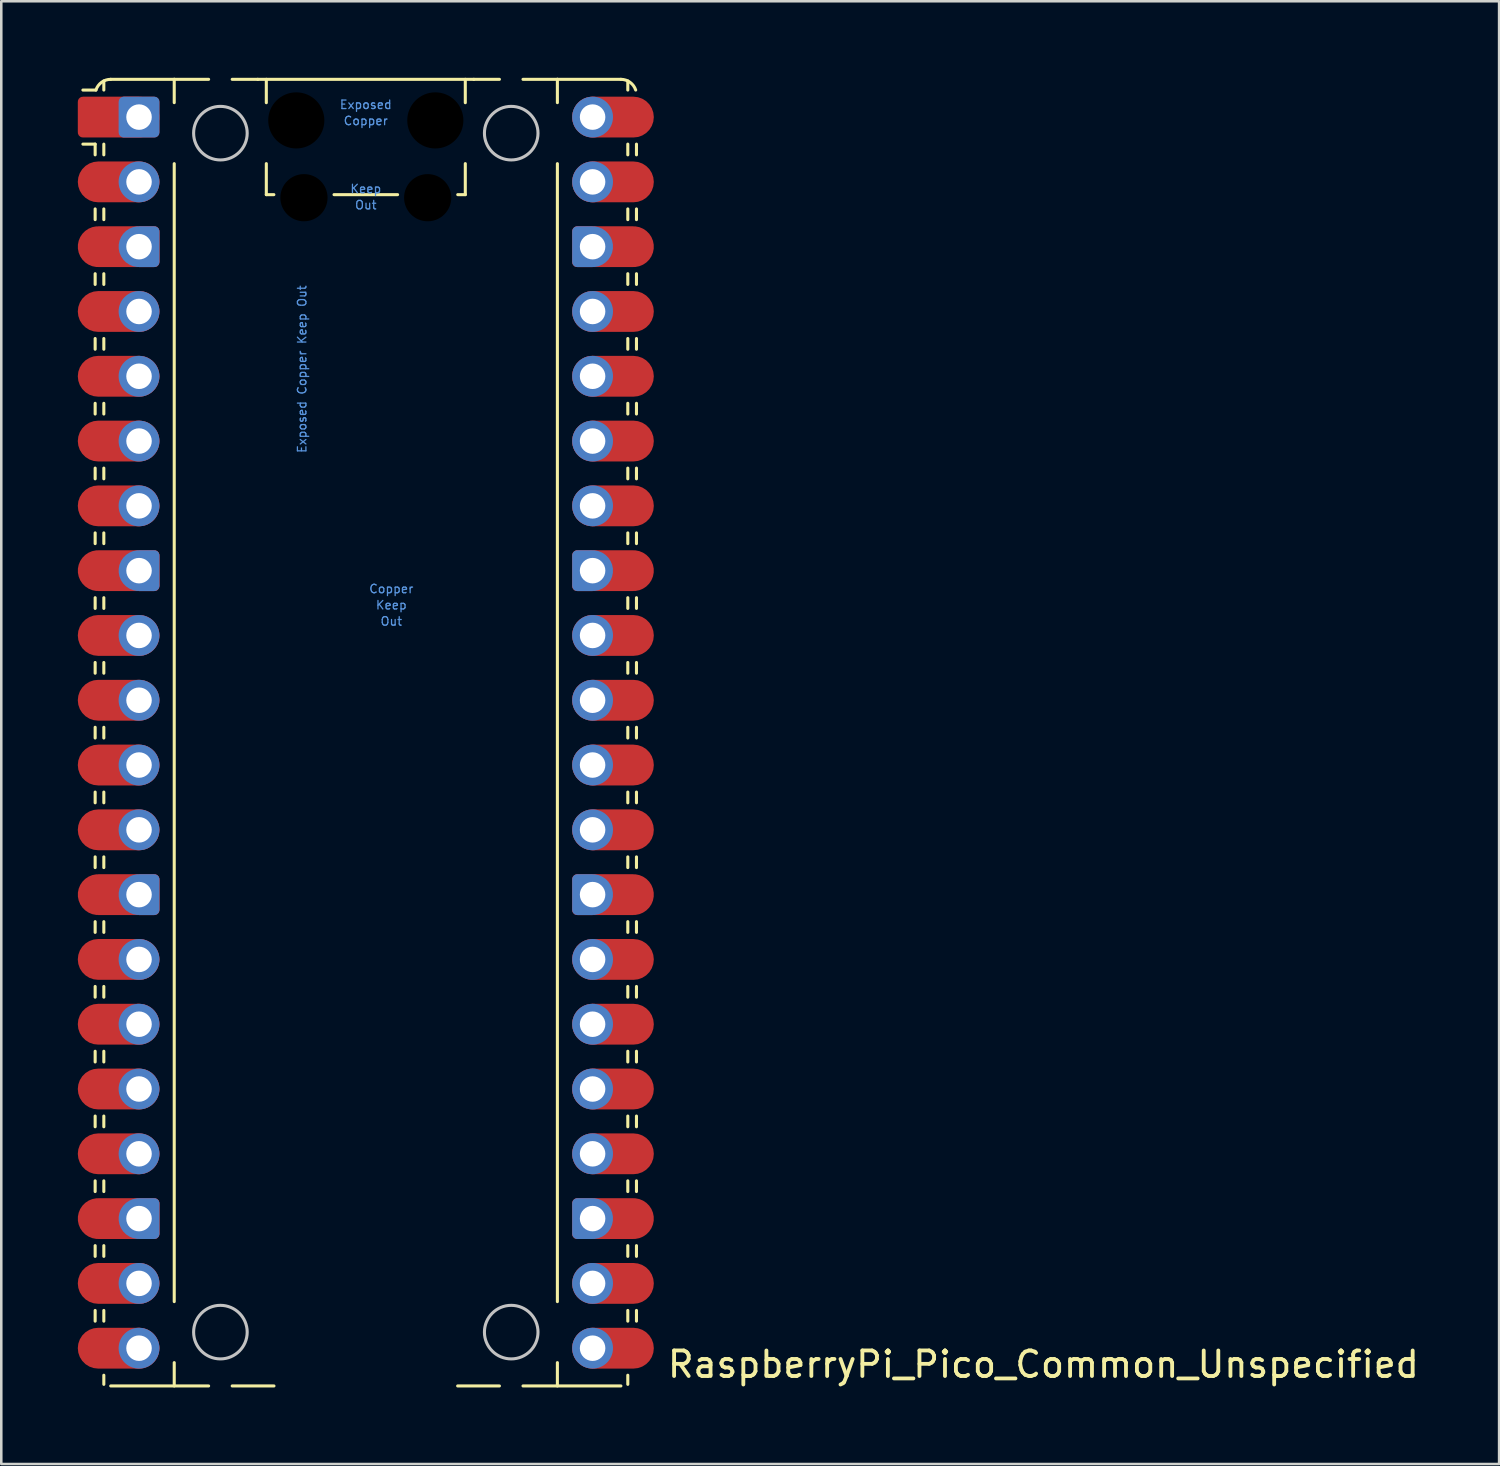
<source format=kicad_pcb>
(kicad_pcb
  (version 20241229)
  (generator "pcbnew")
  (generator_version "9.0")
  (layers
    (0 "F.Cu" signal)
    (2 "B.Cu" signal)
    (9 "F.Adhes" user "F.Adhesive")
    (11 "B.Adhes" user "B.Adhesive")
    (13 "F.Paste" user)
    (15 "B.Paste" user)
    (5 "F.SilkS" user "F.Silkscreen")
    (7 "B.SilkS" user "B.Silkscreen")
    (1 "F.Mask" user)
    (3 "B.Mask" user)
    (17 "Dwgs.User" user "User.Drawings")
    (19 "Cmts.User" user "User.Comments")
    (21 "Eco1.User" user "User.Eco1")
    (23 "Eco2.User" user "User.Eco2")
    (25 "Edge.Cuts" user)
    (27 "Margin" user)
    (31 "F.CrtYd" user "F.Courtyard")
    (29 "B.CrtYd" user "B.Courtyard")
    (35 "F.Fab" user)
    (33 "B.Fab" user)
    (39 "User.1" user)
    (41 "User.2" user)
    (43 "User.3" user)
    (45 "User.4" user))
  (footprint "RaspberryPi_Pico_Common_Unspecified"
    (layer "F.Cu")
    (at 11.29 25.67)
    (property "Reference" "RaspberryPi_Pico_Common_Unspecified" (at 11.748 24.765 0) (unlocked yes) (layer "F.SilkS") (effects (font (size 1 1) (thickness 0.15)) (justify left)))
    (attr through_hole)
    (fp_line (start -10.61 -23.07) (end -11.09 -23.07) (stroke (width 0.12) (type solid)) (layer "F.SilkS"))
    (fp_line (start -10.61 -23.07) (end -10.61 -22.65) (stroke (width 0.12) (type solid)) (layer "F.SilkS"))
    (fp_line (start -10.61 -20.53) (end -10.61 -20.11) (stroke (width 0.12) (type solid)) (layer "F.SilkS"))
    (fp_line (start -10.61 -17.99) (end -10.61 -17.57) (stroke (width 0.12) (type solid)) (layer "F.SilkS"))
    (fp_line (start -10.61 -15.45) (end -10.61 -15.03) (stroke (width 0.12) (type solid)) (layer "F.SilkS"))
    (fp_line (start -10.61 -12.91) (end -10.61 -12.49) (stroke (width 0.12) (type solid)) (layer "F.SilkS"))
    (fp_line (start -10.61 -10.37) (end -10.61 -9.95) (stroke (width 0.12) (type solid)) (layer "F.SilkS"))
    (fp_line (start -10.61 -7.83) (end -10.61 -7.41) (stroke (width 0.12) (type solid)) (layer "F.SilkS"))
    (fp_line (start -10.61 -5.29) (end -10.61 -4.87) (stroke (width 0.12) (type solid)) (layer "F.SilkS"))
    (fp_line (start -10.61 -2.75) (end -10.61 -2.33) (stroke (width 0.12) (type solid)) (layer "F.SilkS"))
    (fp_line (start -10.61 -0.21) (end -10.61 0.21) (stroke (width 0.12) (type solid)) (layer "F.SilkS"))
    (fp_line (start -10.61 2.33) (end -10.61 2.75) (stroke (width 0.12) (type solid)) (layer "F.SilkS"))
    (fp_line (start -10.61 4.87) (end -10.61 5.29) (stroke (width 0.12) (type solid)) (layer "F.SilkS"))
    (fp_line (start -10.61 7.41) (end -10.61 7.83) (stroke (width 0.12) (type solid)) (layer "F.SilkS"))
    (fp_line (start -10.61 9.95) (end -10.61 10.37) (stroke (width 0.12) (type solid)) (layer "F.SilkS"))
    (fp_line (start -10.61 12.49) (end -10.61 12.91) (stroke (width 0.12) (type solid)) (layer "F.SilkS"))
    (fp_line (start -10.61 15.03) (end -10.61 15.45) (stroke (width 0.12) (type solid)) (layer "F.SilkS"))
    (fp_line (start -10.61 17.57) (end -10.61 17.99) (stroke (width 0.12) (type solid)) (layer "F.SilkS"))
    (fp_line (start -10.61 20.11) (end -10.61 20.53) (stroke (width 0.12) (type solid)) (layer "F.SilkS"))
    (fp_line (start -10.61 22.65) (end -10.61 23.07) (stroke (width 0.12) (type solid)) (layer "F.SilkS"))
    (fp_line (start -10.58 -25.19) (end -11.09 -25.19) (stroke (width 0.12) (type solid)) (layer "F.SilkS"))
    (fp_line (start -10.27 -25.19) (end -10.27 -25.547) (stroke (width 0.12) (type solid)) (layer "F.SilkS"))
    (fp_line (start -10.27 -23.07) (end -10.27 -22.65) (stroke (width 0.12) (type solid)) (layer "F.SilkS"))
    (fp_line (start -10.27 -20.53) (end -10.27 -20.11) (stroke (width 0.12) (type solid)) (layer "F.SilkS"))
    (fp_line (start -10.27 -17.99) (end -10.27 -17.57) (stroke (width 0.12) (type solid)) (layer "F.SilkS"))
    (fp_line (start -10.27 -15.45) (end -10.27 -15.03) (stroke (width 0.12) (type solid)) (layer "F.SilkS"))
    (fp_line (start -10.27 -12.91) (end -10.27 -12.49) (stroke (width 0.12) (type solid)) (layer "F.SilkS"))
    (fp_line (start -10.27 -10.37) (end -10.27 -9.95) (stroke (width 0.12) (type solid)) (layer "F.SilkS"))
    (fp_line (start -10.27 -7.83) (end -10.27 -7.41) (stroke (width 0.12) (type solid)) (layer "F.SilkS"))
    (fp_line (start -10.27 -5.29) (end -10.27 -4.87) (stroke (width 0.12) (type solid)) (layer "F.SilkS"))
    (fp_line (start -10.27 -2.75) (end -10.27 -2.33) (stroke (width 0.12) (type solid)) (layer "F.SilkS"))
    (fp_line (start -10.27 -0.21) (end -10.27 0.21) (stroke (width 0.12) (type solid)) (layer "F.SilkS"))
    (fp_line (start -10.27 2.33) (end -10.27 2.75) (stroke (width 0.12) (type solid)) (layer "F.SilkS"))
    (fp_line (start -10.27 4.87) (end -10.27 5.29) (stroke (width 0.12) (type solid)) (layer "F.SilkS"))
    (fp_line (start -10.27 7.41) (end -10.27 7.83) (stroke (width 0.12) (type solid)) (layer "F.SilkS"))
    (fp_line (start -10.27 9.95) (end -10.27 10.37) (stroke (width 0.12) (type solid)) (layer "F.SilkS"))
    (fp_line (start -10.27 12.49) (end -10.27 12.91) (stroke (width 0.12) (type solid)) (layer "F.SilkS"))
    (fp_line (start -10.27 15.03) (end -10.27 15.45) (stroke (width 0.12) (type solid)) (layer "F.SilkS"))
    (fp_line (start -10.27 17.57) (end -10.27 17.99) (stroke (width 0.12) (type solid)) (layer "F.SilkS"))
    (fp_line (start -10.27 20.11) (end -10.27 20.53) (stroke (width 0.12) (type solid)) (layer "F.SilkS"))
    (fp_line (start -10.27 22.65) (end -10.27 23.07) (stroke (width 0.12) (type solid)) (layer "F.SilkS"))
    (fp_line (start -10.27 25.19) (end -10.27 25.547) (stroke (width 0.12) (type solid)) (layer "F.SilkS"))
    (fp_line (start -10 -25.61) (end -7.51 -25.61) (stroke (width 0.12) (type solid)) (layer "F.SilkS"))
    (fp_line (start -10 25.61) (end -6.162 25.61) (stroke (width 0.12) (type solid)) (layer "F.SilkS"))
    (fp_line (start -7.51 -25.61) (end -7.51 -24.696) (stroke (width 0.12) (type solid)) (layer "F.SilkS"))
    (fp_line (start -7.51 -25.61) (end -6.162 -25.61) (stroke (width 0.12) (type solid)) (layer "F.SilkS"))
    (fp_line (start -7.51 -22.304) (end -7.51 22.304) (stroke (width 0.12) (type solid)) (layer "F.SilkS"))
    (fp_line (start -7.51 24.696) (end -7.51 25.61) (stroke (width 0.12) (type solid)) (layer "F.SilkS"))
    (fp_line (start -5.238 -25.61) (end -4.235 -25.61) (stroke (width 0.12) (type solid)) (layer "F.SilkS"))
    (fp_line (start -4.235 -25.61) (end 4.235 -25.61) (stroke (width 0.12) (type solid)) (layer "F.SilkS"))
    (fp_line (start -3.9 -25.61) (end -3.9 -24.694) (stroke (width 0.12) (type solid)) (layer "F.SilkS"))
    (fp_line (start -3.9 -22.306) (end -3.9 -21.09) (stroke (width 0.12) (type solid)) (layer "F.SilkS"))
    (fp_line (start -3.9 -21.09) (end -3.604 -21.09) (stroke (width 0.12) (type solid)) (layer "F.SilkS"))
    (fp_line (start -3.6 25.61) (end -5.238 25.61) (stroke (width 0.12) (type solid)) (layer "F.SilkS"))
    (fp_line (start -1.246 -21.09) (end 1.246 -21.09) (stroke (width 0.12) (type solid)) (layer "F.SilkS"))
    (fp_line (start 3.604 -21.09) (end 3.9 -21.09) (stroke (width 0.12) (type solid)) (layer "F.SilkS"))
    (fp_line (start 3.9 -25.61) (end 3.9 -24.694) (stroke (width 0.12) (type solid)) (layer "F.SilkS"))
    (fp_line (start 3.9 -22.306) (end 3.9 -21.09) (stroke (width 0.12) (type solid)) (layer "F.SilkS"))
    (fp_line (start 4.235 -25.61) (end 5.238 -25.61) (stroke (width 0.12) (type solid)) (layer "F.SilkS"))
    (fp_line (start 5.238 25.61) (end 3.6 25.61) (stroke (width 0.12) (type solid)) (layer "F.SilkS"))
    (fp_line (start 6.162 -25.61) (end 7.51 -25.61) (stroke (width 0.12) (type solid)) (layer "F.SilkS"))
    (fp_line (start 6.162 25.61) (end 10 25.61) (stroke (width 0.12) (type solid)) (layer "F.SilkS"))
    (fp_line (start 7.51 -25.61) (end 7.51 -24.696) (stroke (width 0.12) (type solid)) (layer "F.SilkS"))
    (fp_line (start 7.51 -22.304) (end 7.51 22.304) (stroke (width 0.12) (type solid)) (layer "F.SilkS"))
    (fp_line (start 7.51 24.696) (end 7.51 25.61) (stroke (width 0.12) (type solid)) (layer "F.SilkS"))
    (fp_line (start 10 -25.61) (end 7.51 -25.61) (stroke (width 0.12) (type solid)) (layer "F.SilkS"))
    (fp_line (start 10.27 -25.19) (end 10.27 -25.547) (stroke (width 0.12) (type solid)) (layer "F.SilkS"))
    (fp_line (start 10.27 -23.07) (end 10.27 -22.65) (stroke (width 0.12) (type solid)) (layer "F.SilkS"))
    (fp_line (start 10.27 -20.53) (end 10.27 -20.11) (stroke (width 0.12) (type solid)) (layer "F.SilkS"))
    (fp_line (start 10.27 -17.99) (end 10.27 -17.57) (stroke (width 0.12) (type solid)) (layer "F.SilkS"))
    (fp_line (start 10.27 -15.45) (end 10.27 -15.03) (stroke (width 0.12) (type solid)) (layer "F.SilkS"))
    (fp_line (start 10.27 -12.91) (end 10.27 -12.49) (stroke (width 0.12) (type solid)) (layer "F.SilkS"))
    (fp_line (start 10.27 -10.37) (end 10.27 -9.95) (stroke (width 0.12) (type solid)) (layer "F.SilkS"))
    (fp_line (start 10.27 -7.83) (end 10.27 -7.41) (stroke (width 0.12) (type solid)) (layer "F.SilkS"))
    (fp_line (start 10.27 -5.29) (end 10.27 -4.87) (stroke (width 0.12) (type solid)) (layer "F.SilkS"))
    (fp_line (start 10.27 -2.75) (end 10.27 -2.33) (stroke (width 0.12) (type solid)) (layer "F.SilkS"))
    (fp_line (start 10.27 -0.21) (end 10.27 0.21) (stroke (width 0.12) (type solid)) (layer "F.SilkS"))
    (fp_line (start 10.27 2.33) (end 10.27 2.75) (stroke (width 0.12) (type solid)) (layer "F.SilkS"))
    (fp_line (start 10.27 4.87) (end 10.27 5.29) (stroke (width 0.12) (type solid)) (layer "F.SilkS"))
    (fp_line (start 10.27 7.41) (end 10.27 7.83) (stroke (width 0.12) (type solid)) (layer "F.SilkS"))
    (fp_line (start 10.27 9.95) (end 10.27 10.37) (stroke (width 0.12) (type solid)) (layer "F.SilkS"))
    (fp_line (start 10.27 12.49) (end 10.27 12.91) (stroke (width 0.12) (type solid)) (layer "F.SilkS"))
    (fp_line (start 10.27 15.03) (end 10.27 15.45) (stroke (width 0.12) (type solid)) (layer "F.SilkS"))
    (fp_line (start 10.27 17.57) (end 10.27 17.99) (stroke (width 0.12) (type solid)) (layer "F.SilkS"))
    (fp_line (start 10.27 20.11) (end 10.27 20.53) (stroke (width 0.12) (type solid)) (layer "F.SilkS"))
    (fp_line (start 10.27 22.65) (end 10.27 23.07) (stroke (width 0.12) (type solid)) (layer "F.SilkS"))
    (fp_line (start 10.27 25.19) (end 10.27 25.547) (stroke (width 0.12) (type solid)) (layer "F.SilkS"))
    (fp_line (start 10.61 -23.07) (end 10.61 -22.65) (stroke (width 0.12) (type solid)) (layer "F.SilkS"))
    (fp_line (start 10.61 -20.53) (end 10.61 -20.11) (stroke (width 0.12) (type solid)) (layer "F.SilkS"))
    (fp_line (start 10.61 -17.99) (end 10.61 -17.57) (stroke (width 0.12) (type solid)) (layer "F.SilkS"))
    (fp_line (start 10.61 -15.45) (end 10.61 -15.03) (stroke (width 0.12) (type solid)) (layer "F.SilkS"))
    (fp_line (start 10.61 -12.91) (end 10.61 -12.49) (stroke (width 0.12) (type solid)) (layer "F.SilkS"))
    (fp_line (start 10.61 -10.37) (end 10.61 -9.95) (stroke (width 0.12) (type solid)) (layer "F.SilkS"))
    (fp_line (start 10.61 -7.83) (end 10.61 -7.41) (stroke (width 0.12) (type solid)) (layer "F.SilkS"))
    (fp_line (start 10.61 -5.29) (end 10.61 -4.87) (stroke (width 0.12) (type solid)) (layer "F.SilkS"))
    (fp_line (start 10.61 -2.75) (end 10.61 -2.33) (stroke (width 0.12) (type solid)) (layer "F.SilkS"))
    (fp_line (start 10.61 -0.21) (end 10.61 0.21) (stroke (width 0.12) (type solid)) (layer "F.SilkS"))
    (fp_line (start 10.61 2.33) (end 10.61 2.75) (stroke (width 0.12) (type solid)) (layer "F.SilkS"))
    (fp_line (start 10.61 4.87) (end 10.61 5.29) (stroke (width 0.12) (type solid)) (layer "F.SilkS"))
    (fp_line (start 10.61 7.41) (end 10.61 7.83) (stroke (width 0.12) (type solid)) (layer "F.SilkS"))
    (fp_line (start 10.61 9.95) (end 10.61 10.37) (stroke (width 0.12) (type solid)) (layer "F.SilkS"))
    (fp_line (start 10.61 12.49) (end 10.61 12.91) (stroke (width 0.12) (type solid)) (layer "F.SilkS"))
    (fp_line (start 10.61 15.03) (end 10.61 15.45) (stroke (width 0.12) (type solid)) (layer "F.SilkS"))
    (fp_line (start 10.61 17.57) (end 10.61 17.99) (stroke (width 0.12) (type solid)) (layer "F.SilkS"))
    (fp_line (start 10.61 20.11) (end 10.61 20.53) (stroke (width 0.12) (type solid)) (layer "F.SilkS"))
    (fp_line (start 10.61 22.65) (end 10.61 23.07) (stroke (width 0.12) (type solid)) (layer "F.SilkS"))
    (fp_arc (start -10.579676 -25.19) (mid -10.357938 -25.493944) (end -10 -25.61) (stroke (width 0.12) (type solid)) (layer "F.SilkS"))
    (fp_arc (start 10 -25.61) (mid 10.357937 -25.493944) (end 10.579676 -25.189937) (stroke (width 0.12) (type solid)) (layer "F.SilkS"))
    (fp_circle (center -5.7 -23.5) (end -4.65 -23.5) (stroke (width 0.12) (type solid)) (fill no) (layer "Dwgs.User"))
    (fp_circle (center -5.7 23.5) (end -4.65 23.5) (stroke (width 0.12) (type solid)) (fill no) (layer "Dwgs.User"))
    (fp_circle (center 5.7 -23.5) (end 6.75 -23.5) (stroke (width 0.12) (type solid)) (fill no) (layer "Dwgs.User"))
    (fp_circle (center 5.7 23.5) (end 6.75 23.5) (stroke (width 0.12) (type solid)) (fill no) (layer "Dwgs.User"))
    (fp_text user "Keep" (at 0 -21.317 0) (unlocked yes) (layer "Cmts.User") (effects (font (size 0.333 0.333) (thickness 0.05))))
    (fp_text user "Copper" (at 1 -5.635 0) (unlocked yes) (layer "Cmts.User") (effects (font (size 0.333 0.333) (thickness 0.05))))
    (fp_text user "Out" (at 0 -20.683 0) (unlocked yes) (layer "Cmts.User") (effects (font (size 0.333 0.333) (thickness 0.05))))
    (fp_text user "Out" (at 1 -4.365 0) (unlocked yes) (layer "Cmts.User") (effects (font (size 0.333 0.333) (thickness 0.05))))
    (fp_text user "Exposed" (at 0 -24.617 0) (unlocked yes) (layer "Cmts.User") (effects (font (size 0.333 0.333) (thickness 0.05))))
    (fp_text user "Copper" (at 0 -23.983 0) (unlocked yes) (layer "Cmts.User") (effects (font (size 0.333 0.333) (thickness 0.05))))
    (fp_text user "Exposed Copper Keep Out" (at -2.5 -14.25 90) (unlocked yes) (layer "Cmts.User") (effects (font (size 0.333 0.333) (thickness 0.05))))
    (fp_text user "Keep" (at 1 -5 0) (unlocked yes) (layer "Cmts.User") (effects (font (size 0.333 0.333) (thickness 0.05))))
    (pad "" np_thru_hole circle (at -2.725 -24) (size 2.2 2.2) (drill 2.2) (layers "*.Mask"))
    (pad "" np_thru_hole circle (at -2.425 -20.97) (size 1.85 1.85) (drill 1.85) (layers "*.Mask"))
    (pad "" np_thru_hole circle (at 2.425 -20.97) (size 1.85 1.85) (drill 1.85) (layers "*.Mask"))
    (pad "" np_thru_hole circle (at 2.725 -24) (size 2.2 2.2) (drill 2.2) (layers "*.Mask"))
    (pad "1" smd custom (at -9.69 -24.13) (size 1.6 0.8) (layers "F.Cu" "F.Mask") (options (anchor rect)) (primitives (gr_circle (center 0.8 0) (end 1.6 0) (width 0) (fill yes)) (gr_poly (pts (xy -1.6 -0.6) (xy -1.6 0.6) (xy -1.4 0.8) (xy 0.8 0.8) (xy 0.8 -0.8) (xy -1.4 -0.8)) (width 0) (fill yes)) (gr_circle (center -1.4 -0.6) (end -1.2 -0.6) (width 0) (fill yes)) (gr_circle (center -1.4 0.6) (end -1.2 0.6) (width 0) (fill yes))))
    (pad "1" thru_hole roundrect (at -8.89 -24.13) (size 1.6 1.6) (drill 1) (layers "*.Cu" "*.Mask") (roundrect_rratio 0.125))
    (pad "2" smd roundrect (at -9.69 -21.59) (size 3.2 1.6) (layers "F.Cu" "F.Mask") (roundrect_rratio 0.5))
    (pad "2" thru_hole circle (at -8.89 -21.59) (size 1.6 1.6) (drill 1) (layers "*.Cu" "*.Mask"))
    (pad "3" smd custom (at -9.69 -19.05) (size 1.6 0.8) (layers "F.Cu" "F.Mask") (options (anchor rect)) (primitives (gr_circle (center -0.8 0) (end 0 0) (width 0) (fill yes)) (gr_poly (pts (xy 1.6 -0.6) (xy 1.6 0.6) (xy 1.4 0.8) (xy -0.8 0.8) (xy -0.8 -0.8) (xy 1.4 -0.8)) (width 0) (fill yes)) (gr_circle (center 1.4 -0.6) (end 1.6 -0.6) (width 0) (fill yes)) (gr_circle (center 1.4 0.6) (end 1.6 0.6) (width 0) (fill yes))))
    (pad "3" thru_hole custom (at -8.89 -19.05) (size 1.6 1.6) (drill 1) (layers "*.Cu" "*.Mask") (options (anchor circle)) (primitives (gr_poly (pts (xy 0.8 0.6) (xy 0.8 -0.6) (xy 0.6 -0.8) (xy 0 -0.8) (xy 0 0.8) (xy 0.6 0.8)) (width 0) (fill yes)) (gr_circle (center 0.6 0.6) (end 0.8 0.6) (width 0) (fill yes)) (gr_circle (center 0.6 -0.6) (end 0.8 -0.6) (width 0) (fill yes))))
    (pad "4" smd roundrect (at -9.69 -16.51) (size 3.2 1.6) (layers "F.Cu" "F.Mask") (roundrect_rratio 0.5))
    (pad "4" thru_hole circle (at -8.89 -16.51) (size 1.6 1.6) (drill 1) (layers "*.Cu" "*.Mask"))
    (pad "5" smd roundrect (at -9.69 -13.97) (size 3.2 1.6) (layers "F.Cu" "F.Mask") (roundrect_rratio 0.5))
    (pad "5" thru_hole circle (at -8.89 -13.97) (size 1.6 1.6) (drill 1) (layers "*.Cu" "*.Mask"))
    (pad "6" smd roundrect (at -9.69 -11.43) (size 3.2 1.6) (layers "F.Cu" "F.Mask") (roundrect_rratio 0.5))
    (pad "6" thru_hole circle (at -8.89 -11.43) (size 1.6 1.6) (drill 1) (layers "*.Cu" "*.Mask"))
    (pad "7" smd roundrect (at -9.69 -8.89) (size 3.2 1.6) (layers "F.Cu" "F.Mask") (roundrect_rratio 0.5))
    (pad "7" thru_hole circle (at -8.89 -8.89) (size 1.6 1.6) (drill 1) (layers "*.Cu" "*.Mask"))
    (pad "8" smd custom (at -9.69 -6.35) (size 1.6 0.8) (layers "F.Cu" "F.Mask") (options (anchor rect)) (primitives (gr_circle (center -0.8 0) (end 0 0) (width 0) (fill yes)) (gr_poly (pts (xy 1.6 -0.6) (xy 1.6 0.6) (xy 1.4 0.8) (xy -0.8 0.8) (xy -0.8 -0.8) (xy 1.4 -0.8)) (width 0) (fill yes)) (gr_circle (center 1.4 -0.6) (end 1.6 -0.6) (width 0) (fill yes)) (gr_circle (center 1.4 0.6) (end 1.6 0.6) (width 0) (fill yes))))
    (pad "8" thru_hole custom (at -8.89 -6.35) (size 1.6 1.6) (drill 1) (layers "*.Cu" "*.Mask") (options (anchor circle)) (primitives (gr_poly (pts (xy 0.8 0.6) (xy 0.8 -0.6) (xy 0.6 -0.8) (xy 0 -0.8) (xy 0 0.8) (xy 0.6 0.8)) (width 0) (fill yes)) (gr_circle (center 0.6 0.6) (end 0.8 0.6) (width 0) (fill yes)) (gr_circle (center 0.6 -0.6) (end 0.8 -0.6) (width 0) (fill yes))))
    (pad "9" smd roundrect (at -9.69 -3.81) (size 3.2 1.6) (layers "F.Cu" "F.Mask") (roundrect_rratio 0.5))
    (pad "9" thru_hole circle (at -8.89 -3.81) (size 1.6 1.6) (drill 1) (layers "*.Cu" "*.Mask"))
    (pad "10" smd roundrect (at -9.69 -1.27) (size 3.2 1.6) (layers "F.Cu" "F.Mask") (roundrect_rratio 0.5))
    (pad "10" thru_hole circle (at -8.89 -1.27) (size 1.6 1.6) (drill 1) (layers "*.Cu" "*.Mask"))
    (pad "11" smd roundrect (at -9.69 1.27) (size 3.2 1.6) (layers "F.Cu" "F.Mask") (roundrect_rratio 0.5))
    (pad "11" thru_hole circle (at -8.89 1.27) (size 1.6 1.6) (drill 1) (layers "*.Cu" "*.Mask"))
    (pad "12" smd roundrect (at -9.69 3.81) (size 3.2 1.6) (layers "F.Cu" "F.Mask") (roundrect_rratio 0.5))
    (pad "12" thru_hole circle (at -8.89 3.81) (size 1.6 1.6) (drill 1) (layers "*.Cu" "*.Mask"))
    (pad "13" smd custom (at -9.69 6.35) (size 1.6 0.8) (layers "F.Cu" "F.Mask") (options (anchor rect)) (primitives (gr_circle (center -0.8 0) (end 0 0) (width 0) (fill yes)) (gr_poly (pts (xy 1.6 -0.6) (xy 1.6 0.6) (xy 1.4 0.8) (xy -0.8 0.8) (xy -0.8 -0.8) (xy 1.4 -0.8)) (width 0) (fill yes)) (gr_circle (center 1.4 -0.6) (end 1.6 -0.6) (width 0) (fill yes)) (gr_circle (center 1.4 0.6) (end 1.6 0.6) (width 0) (fill yes))))
    (pad "13" thru_hole custom (at -8.89 6.35) (size 1.6 1.6) (drill 1) (layers "*.Cu" "*.Mask") (options (anchor circle)) (primitives (gr_poly (pts (xy 0.8 0.6) (xy 0.8 -0.6) (xy 0.6 -0.8) (xy 0 -0.8) (xy 0 0.8) (xy 0.6 0.8)) (width 0) (fill yes)) (gr_circle (center 0.6 0.6) (end 0.8 0.6) (width 0) (fill yes)) (gr_circle (center 0.6 -0.6) (end 0.8 -0.6) (width 0) (fill yes))))
    (pad "14" smd roundrect (at -9.69 8.89) (size 3.2 1.6) (layers "F.Cu" "F.Mask") (roundrect_rratio 0.5))
    (pad "14" thru_hole circle (at -8.89 8.89) (size 1.6 1.6) (drill 1) (layers "*.Cu" "*.Mask"))
    (pad "15" smd roundrect (at -9.69 11.43) (size 3.2 1.6) (layers "F.Cu" "F.Mask") (roundrect_rratio 0.5))
    (pad "15" thru_hole circle (at -8.89 11.43) (size 1.6 1.6) (drill 1) (layers "*.Cu" "*.Mask"))
    (pad "16" smd roundrect (at -9.69 13.97) (size 3.2 1.6) (layers "F.Cu" "F.Mask") (roundrect_rratio 0.5))
    (pad "16" thru_hole circle (at -8.89 13.97) (size 1.6 1.6) (drill 1) (layers "*.Cu" "*.Mask"))
    (pad "17" smd roundrect (at -9.69 16.51) (size 3.2 1.6) (layers "F.Cu" "F.Mask") (roundrect_rratio 0.5))
    (pad "17" thru_hole circle (at -8.89 16.51) (size 1.6 1.6) (drill 1) (layers "*.Cu" "*.Mask"))
    (pad "18" smd custom (at -9.69 19.05) (size 1.6 0.8) (layers "F.Cu" "F.Mask") (options (anchor rect)) (primitives (gr_circle (center -0.8 0) (end 0 0) (width 0) (fill yes)) (gr_poly (pts (xy 1.6 -0.6) (xy 1.6 0.6) (xy 1.4 0.8) (xy -0.8 0.8) (xy -0.8 -0.8) (xy 1.4 -0.8)) (width 0) (fill yes)) (gr_circle (center 1.4 -0.6) (end 1.6 -0.6) (width 0) (fill yes)) (gr_circle (center 1.4 0.6) (end 1.6 0.6) (width 0) (fill yes))))
    (pad "18" thru_hole custom (at -8.89 19.05) (size 1.6 1.6) (drill 1) (layers "*.Cu" "*.Mask") (options (anchor circle)) (primitives (gr_poly (pts (xy 0.8 0.6) (xy 0.8 -0.6) (xy 0.6 -0.8) (xy 0 -0.8) (xy 0 0.8) (xy 0.6 0.8)) (width 0) (fill yes)) (gr_circle (center 0.6 0.6) (end 0.8 0.6) (width 0) (fill yes)) (gr_circle (center 0.6 -0.6) (end 0.8 -0.6) (width 0) (fill yes))))
    (pad "19" smd roundrect (at -9.69 21.59) (size 3.2 1.6) (layers "F.Cu" "F.Mask") (roundrect_rratio 0.5))
    (pad "19" thru_hole circle (at -8.89 21.59) (size 1.6 1.6) (drill 1) (layers "*.Cu" "*.Mask"))
    (pad "20" smd roundrect (at -9.69 24.13) (size 3.2 1.6) (layers "F.Cu" "F.Mask") (roundrect_rratio 0.5))
    (pad "20" thru_hole circle (at -8.89 24.13) (size 1.6 1.6) (drill 1) (layers "*.Cu" "*.Mask"))
    (pad "21" thru_hole circle (at 8.89 24.13) (size 1.6 1.6) (drill 1) (layers "*.Cu" "*.Mask"))
    (pad "21" smd roundrect (at 9.69 24.13) (size 3.2 1.6) (layers "F.Cu" "F.Mask") (roundrect_rratio 0.5))
    (pad "22" thru_hole circle (at 8.89 21.59) (size 1.6 1.6) (drill 1) (layers "*.Cu" "*.Mask"))
    (pad "22" smd roundrect (at 9.69 21.59) (size 3.2 1.6) (layers "F.Cu" "F.Mask") (roundrect_rratio 0.5))
    (pad "23" thru_hole custom (at 8.89 19.05) (size 1.6 1.6) (drill 1) (layers "*.Cu" "*.Mask") (options (anchor circle)) (primitives (gr_poly (pts (xy -0.8 0.6) (xy -0.8 -0.6) (xy -0.6 -0.8) (xy 0 -0.8) (xy 0 0.8) (xy -0.6 0.8)) (width 0) (fill yes)) (gr_circle (center -0.6 0.6) (end -0.4 0.6) (width 0) (fill yes)) (gr_circle (center -0.6 -0.6) (end -0.4 -0.6) (width 0) (fill yes))))
    (pad "23" smd custom (at 9.69 19.05) (size 1.6 0.8) (layers "F.Cu" "F.Mask") (options (anchor rect)) (primitives (gr_circle (center 0.8 0) (end 1.6 0) (width 0) (fill yes)) (gr_poly (pts (xy -1.6 -0.6) (xy -1.6 0.6) (xy -1.4 0.8) (xy 0.8 0.8) (xy 0.8 -0.8) (xy -1.4 -0.8)) (width 0) (fill yes)) (gr_circle (center -1.4 -0.6) (end -1.2 -0.6) (width 0) (fill yes)) (gr_circle (center -1.4 0.6) (end -1.2 0.6) (width 0) (fill yes))))
    (pad "24" thru_hole circle (at 8.89 16.51) (size 1.6 1.6) (drill 1) (layers "*.Cu" "*.Mask"))
    (pad "24" smd roundrect (at 9.69 16.51) (size 3.2 1.6) (layers "F.Cu" "F.Mask") (roundrect_rratio 0.5))
    (pad "25" thru_hole circle (at 8.89 13.97) (size 1.6 1.6) (drill 1) (layers "*.Cu" "*.Mask"))
    (pad "25" smd roundrect (at 9.69 13.97) (size 3.2 1.6) (layers "F.Cu" "F.Mask") (roundrect_rratio 0.5))
    (pad "26" thru_hole circle (at 8.89 11.43) (size 1.6 1.6) (drill 1) (layers "*.Cu" "*.Mask"))
    (pad "26" smd roundrect (at 9.69 11.43) (size 3.2 1.6) (layers "F.Cu" "F.Mask") (roundrect_rratio 0.5))
    (pad "27" thru_hole circle (at 8.89 8.89) (size 1.6 1.6) (drill 1) (layers "*.Cu" "*.Mask"))
    (pad "27" smd roundrect (at 9.69 8.89) (size 3.2 1.6) (layers "F.Cu" "F.Mask") (roundrect_rratio 0.5))
    (pad "28" thru_hole custom (at 8.89 6.35) (size 1.6 1.6) (drill 1) (layers "*.Cu" "*.Mask") (options (anchor circle)) (primitives (gr_poly (pts (xy -0.8 0.6) (xy -0.8 -0.6) (xy -0.6 -0.8) (xy 0 -0.8) (xy 0 0.8) (xy -0.6 0.8)) (width 0) (fill yes)) (gr_circle (center -0.6 0.6) (end -0.4 0.6) (width 0) (fill yes)) (gr_circle (center -0.6 -0.6) (end -0.4 -0.6) (width 0) (fill yes))))
    (pad "28" smd custom (at 9.69 6.35) (size 1.6 0.8) (layers "F.Cu" "F.Mask") (options (anchor rect)) (primitives (gr_circle (center 0.8 0) (end 1.6 0) (width 0) (fill yes)) (gr_poly (pts (xy -1.6 -0.6) (xy -1.6 0.6) (xy -1.4 0.8) (xy 0.8 0.8) (xy 0.8 -0.8) (xy -1.4 -0.8)) (width 0) (fill yes)) (gr_circle (center -1.4 -0.6) (end -1.2 -0.6) (width 0) (fill yes)) (gr_circle (center -1.4 0.6) (end -1.2 0.6) (width 0) (fill yes))))
    (pad "29" thru_hole circle (at 8.89 3.81) (size 1.6 1.6) (drill 1) (layers "*.Cu" "*.Mask"))
    (pad "29" smd roundrect (at 9.69 3.81) (size 3.2 1.6) (layers "F.Cu" "F.Mask") (roundrect_rratio 0.5))
    (pad "30" thru_hole circle (at 8.89 1.27) (size 1.6 1.6) (drill 1) (layers "*.Cu" "*.Mask"))
    (pad "30" smd roundrect (at 9.69 1.27) (size 3.2 1.6) (layers "F.Cu" "F.Mask") (roundrect_rratio 0.5))
    (pad "31" thru_hole circle (at 8.89 -1.27) (size 1.6 1.6) (drill 1) (layers "*.Cu" "*.Mask"))
    (pad "31" smd roundrect (at 9.69 -1.27) (size 3.2 1.6) (layers "F.Cu" "F.Mask") (roundrect_rratio 0.5))
    (pad "32" thru_hole circle (at 8.89 -3.81) (size 1.6 1.6) (drill 1) (layers "*.Cu" "*.Mask"))
    (pad "32" smd roundrect (at 9.69 -3.81) (size 3.2 1.6) (layers "F.Cu" "F.Mask") (roundrect_rratio 0.5))
    (pad "33" thru_hole custom (at 8.89 -6.35) (size 1.6 1.6) (drill 1) (layers "*.Cu" "*.Mask") (options (anchor circle)) (primitives (gr_poly (pts (xy -0.8 0.6) (xy -0.8 -0.6) (xy -0.6 -0.8) (xy 0 -0.8) (xy 0 0.8) (xy -0.6 0.8)) (width 0) (fill yes)) (gr_circle (center -0.6 0.6) (end -0.4 0.6) (width 0) (fill yes)) (gr_circle (center -0.6 -0.6) (end -0.4 -0.6) (width 0) (fill yes))))
    (pad "33" smd custom (at 9.69 -6.35) (size 1.6 0.8) (layers "F.Cu" "F.Mask") (options (anchor rect)) (primitives (gr_circle (center 0.8 0) (end 1.6 0) (width 0) (fill yes)) (gr_poly (pts (xy -1.6 -0.6) (xy -1.6 0.6) (xy -1.4 0.8) (xy 0.8 0.8) (xy 0.8 -0.8) (xy -1.4 -0.8)) (width 0) (fill yes)) (gr_circle (center -1.4 -0.6) (end -1.2 -0.6) (width 0) (fill yes)) (gr_circle (center -1.4 0.6) (end -1.2 0.6) (width 0) (fill yes))))
    (pad "34" thru_hole circle (at 8.89 -8.89) (size 1.6 1.6) (drill 1) (layers "*.Cu" "*.Mask"))
    (pad "34" smd roundrect (at 9.69 -8.89) (size 3.2 1.6) (layers "F.Cu" "F.Mask") (roundrect_rratio 0.5))
    (pad "35" thru_hole circle (at 8.89 -11.43) (size 1.6 1.6) (drill 1) (layers "*.Cu" "*.Mask"))
    (pad "35" smd roundrect (at 9.69 -11.43) (size 3.2 1.6) (layers "F.Cu" "F.Mask") (roundrect_rratio 0.5))
    (pad "36" thru_hole circle (at 8.89 -13.97) (size 1.6 1.6) (drill 1) (layers "*.Cu" "*.Mask"))
    (pad "36" smd roundrect (at 9.69 -13.97) (size 3.2 1.6) (layers "F.Cu" "F.Mask") (roundrect_rratio 0.5))
    (pad "37" thru_hole circle (at 8.89 -16.51) (size 1.6 1.6) (drill 1) (layers "*.Cu" "*.Mask"))
    (pad "37" smd roundrect (at 9.69 -16.51) (size 3.2 1.6) (layers "F.Cu" "F.Mask") (roundrect_rratio 0.5))
    (pad "38" thru_hole custom (at 8.89 -19.05) (size 1.6 1.6) (drill 1) (layers "*.Cu" "*.Mask") (options (anchor circle)) (primitives (gr_poly (pts (xy -0.8 0.6) (xy -0.8 -0.6) (xy -0.6 -0.8) (xy 0 -0.8) (xy 0 0.8) (xy -0.6 0.8)) (width 0) (fill yes)) (gr_circle (center -0.6 0.6) (end -0.4 0.6) (width 0) (fill yes)) (gr_circle (center -0.6 -0.6) (end -0.4 -0.6) (width 0) (fill yes))))
    (pad "38" smd custom (at 9.69 -19.05) (size 1.6 0.8) (layers "F.Cu" "F.Mask") (options (anchor rect)) (primitives (gr_circle (center 0.8 0) (end 1.6 0) (width 0) (fill yes)) (gr_poly (pts (xy -1.6 -0.6) (xy -1.6 0.6) (xy -1.4 0.8) (xy 0.8 0.8) (xy 0.8 -0.8) (xy -1.4 -0.8)) (width 0) (fill yes)) (gr_circle (center -1.4 -0.6) (end -1.2 -0.6) (width 0) (fill yes)) (gr_circle (center -1.4 0.6) (end -1.2 0.6) (width 0) (fill yes))))
    (pad "39" thru_hole circle (at 8.89 -21.59) (size 1.6 1.6) (drill 1) (layers "*.Cu" "*.Mask"))
    (pad "39" smd roundrect (at 9.69 -21.59) (size 3.2 1.6) (layers "F.Cu" "F.Mask") (roundrect_rratio 0.5))
    (pad "40" thru_hole circle (at 8.89 -24.13) (size 1.6 1.6) (drill 1) (layers "*.Cu" "*.Mask"))
    (pad "40" smd roundrect (at 9.69 -24.13) (size 3.2 1.6) (layers "F.Cu" "F.Mask") (roundrect_rratio 0.5))
    (zone (net_name "") (layers "F.Cu" "F.Paste") (name "Pad Keep Out TP6") (hatch full 0.5) (connect_pads) (min_thickness 0.25) (filled_areas_thickness no) (keepout (tracks not_allowed) (vias not_allowed) (pads not_allowed) (copperpour not_allowed) (footprints allowed)) (placement (enabled no)) (fill) (polygon (pts (xy 8.274 15.618) (xy 8.148 15.584) (xy 8.034 15.518) (xy 7.942 15.426) (xy 7.876 15.312) (xy 7.842 15.186) (xy 7.84 15.12) (xy 7.84 11.42) (xy 9.74 11.42) (xy 9.74 15.12) (xy 9.738 15.186) (xy 9.704 15.312) (xy 9.638 15.426) (xy 9.546 15.518) (xy 9.432 15.584) (xy 9.306 15.618) (xy 9.24 15.62) (xy 8.34 15.62))))
    (zone (net_name "") (layers "F.Cu" "F.Paste") (name "Pad Keep Out TP3") (hatch full 0.5) (connect_pads) (min_thickness 0.25) (filled_areas_thickness no) (keepout (tracks not_allowed) (vias not_allowed) (pads not_allowed) (copperpour not_allowed) (footprints allowed)) (placement (enabled no)) (fill) (polygon (pts (xy 9.342 0.854) (xy 9.376 0.728) (xy 9.442 0.614) (xy 9.534 0.522) (xy 9.648 0.456) (xy 9.774 0.422) (xy 9.84 0.42) (xy 10.29 0.42) (xy 10.29 2.32) (xy 9.84 2.32) (xy 9.774 2.318) (xy 9.648 2.284) (xy 9.534 2.218) (xy 9.442 2.126) (xy 9.376 2.012) (xy 9.342 1.886) (xy 9.34 1.82) (xy 9.34 0.92))))
    (zone (net_name "") (layers "F.Cu" "F.Paste") (name "Pad Keep Out TP4") (hatch full 0.5) (connect_pads) (min_thickness 0.25) (filled_areas_thickness no) (keepout (tracks not_allowed) (vias not_allowed) (pads not_allowed) (copperpour not_allowed) (footprints allowed)) (placement (enabled no)) (fill) (polygon (pts (xy 9.74 11.42) (xy 9.74 7.72) (xy 9.738 7.654) (xy 9.704 7.528) (xy 9.638 7.414) (xy 9.546 7.322) (xy 9.432 7.256) (xy 9.306 7.222) (xy 9.24 7.22) (xy 8.34 7.22) (xy 8.274 7.222) (xy 8.148 7.256) (xy 8.034 7.322) (xy 7.942 7.414) (xy 7.876 7.528) (xy 7.842 7.654) (xy 7.84 7.72) (xy 7.84 11.42))))
    (zone (net_name "") (layers "F.Cu" "F.Paste") (name "Pad Keep Out TP3") (hatch full 0.5) (connect_pads) (min_thickness 0.25) (filled_areas_thickness no) (keepout (tracks not_allowed) (vias not_allowed) (pads not_allowed) (copperpour not_allowed) (footprints allowed)) (placement (enabled no)) (fill) (polygon (pts (xy 10.29 2.32) (xy 10.74 2.32) (xy 10.806 2.318) (xy 10.932 2.284) (xy 11.046 2.218) (xy 11.138 2.126) (xy 11.204 2.012) (xy 11.238 1.886) (xy 11.24 1.82) (xy 11.24 0.92) (xy 11.238 0.854) (xy 11.204 0.728) (xy 11.138 0.614) (xy 11.046 0.522) (xy 10.932 0.456) (xy 10.806 0.422) (xy 10.74 0.42) (xy 10.29 0.42))))
    (zone (net_name "") (layers "F.Cu" "F.Paste") (name "Pad Keep Out TP1") (hatch full 0.5) (connect_pads) (min_thickness 0.25) (filled_areas_thickness no) (keepout (tracks not_allowed) (vias not_allowed) (pads not_allowed) (copperpour not_allowed) (footprints allowed)) (placement (enabled no)) (fill) (polygon (pts (xy 10.342 4.154) (xy 10.376 4.028) (xy 10.442 3.914) (xy 10.534 3.822) (xy 10.648 3.756) (xy 10.774 3.722) (xy 10.84 3.72) (xy 11.29 3.72) (xy 11.29 5.62) (xy 10.84 5.62) (xy 10.774 5.618) (xy 10.648 5.584) (xy 10.534 5.518) (xy 10.442 5.426) (xy 10.376 5.312) (xy 10.342 5.186) (xy 10.34 5.12) (xy 10.34 4.22))))
    (zone (net_name "") (layers "F.Cu" "F.Paste") (name "Pad Keep Out TP1") (hatch full 0.5) (connect_pads) (min_thickness 0.25) (filled_areas_thickness no) (keepout (tracks not_allowed) (vias not_allowed) (pads not_allowed) (copperpour not_allowed) (footprints allowed)) (placement (enabled no)) (fill) (polygon (pts (xy 11.29 5.62) (xy 11.74 5.62) (xy 11.806 5.618) (xy 11.932 5.584) (xy 12.046 5.518) (xy 12.138 5.426) (xy 12.204 5.312) (xy 12.238 5.186) (xy 12.24 5.12) (xy 12.24 4.22) (xy 12.238 4.154) (xy 12.204 4.028) (xy 12.138 3.914) (xy 12.046 3.822) (xy 11.932 3.756) (xy 11.806 3.722) (xy 11.74 3.72) (xy 11.29 3.72))))
    (zone (net_name "") (layers "F.Cu" "F.Paste") (name "Pad Keep Out TP2") (hatch full 0.5) (connect_pads) (min_thickness 0.25) (filled_areas_thickness no) (keepout (tracks not_allowed) (vias not_allowed) (pads not_allowed) (copperpour not_allowed) (footprints allowed)) (placement (enabled no)) (fill) (polygon (pts (xy 11.342 0.869) (xy 11.376 0.743) (xy 11.442 0.629) (xy 11.534 0.537) (xy 11.648 0.471) (xy 11.774 0.437) (xy 11.84 0.435) (xy 12.29 0.435) (xy 12.29 2.335) (xy 11.84 2.335) (xy 11.774 2.333) (xy 11.648 2.299) (xy 11.534 2.233) (xy 11.442 2.141) (xy 11.376 2.027) (xy 11.342 1.901) (xy 11.34 1.835) (xy 11.34 0.935))))
    (zone (net_name "") (layers "F.Cu" "F.Paste") (name "Pad Keep Out TP7") (hatch full 0.5) (connect_pads) (min_thickness 0.25) (filled_areas_thickness no) (keepout (tracks not_allowed) (vias not_allowed) (pads not_allowed) (copperpour not_allowed) (footprints allowed)) (placement (enabled no)) (fill) (polygon (pts (xy 11.342 20.154) (xy 11.376 20.028) (xy 11.442 19.914) (xy 11.534 19.822) (xy 11.648 19.756) (xy 11.774 19.722) (xy 11.84 19.72) (xy 12.29 19.72) (xy 12.29 21.62) (xy 11.84 21.62) (xy 11.774 21.618) (xy 11.648 21.584) (xy 11.534 21.518) (xy 11.442 21.426) (xy 11.376 21.312) (xy 11.342 21.186) (xy 11.34 21.12) (xy 11.34 20.22))))
    (zone (net_name "") (layers "F.Cu" "F.Paste") (name "Pad Keep Out TP2") (hatch full 0.5) (connect_pads) (min_thickness 0.25) (filled_areas_thickness no) (keepout (tracks not_allowed) (vias not_allowed) (pads not_allowed) (copperpour not_allowed) (footprints allowed)) (placement (enabled no)) (fill) (polygon (pts (xy 12.29 2.335) (xy 12.74 2.335) (xy 12.806 2.333) (xy 12.932 2.299) (xy 13.046 2.233) (xy 13.138 2.141) (xy 13.204 2.027) (xy 13.238 1.901) (xy 13.24 1.835) (xy 13.24 0.935) (xy 13.238 0.869) (xy 13.204 0.743) (xy 13.138 0.629) (xy 13.046 0.537) (xy 12.932 0.471) (xy 12.806 0.437) (xy 12.74 0.435) (xy 12.29 0.435))))
    (zone (net_name "") (layers "F.Cu" "F.Paste") (name "Pad Keep Out TP7") (hatch full 0.5) (connect_pads) (min_thickness 0.25) (filled_areas_thickness no) (keepout (tracks not_allowed) (vias not_allowed) (pads not_allowed) (copperpour not_allowed) (footprints allowed)) (placement (enabled no)) (fill) (polygon (pts (xy 12.29 21.62) (xy 12.74 21.62) (xy 12.806 21.618) (xy 12.932 21.584) (xy 13.046 21.518) (xy 13.138 21.426) (xy 13.204 21.312) (xy 13.238 21.186) (xy 13.24 21.12) (xy 13.24 20.22) (xy 13.238 20.154) (xy 13.204 20.028) (xy 13.138 19.914) (xy 13.046 19.822) (xy 12.932 19.756) (xy 12.806 19.722) (xy 12.74 19.72) (xy 12.29 19.72)))))
  (gr_rect
    (start -3 -3)
    (end 55.716 54.34)
    (stroke (width 0.1) (type default))
    (fill no)
    (layer "Edge.Cuts")))
</source>
